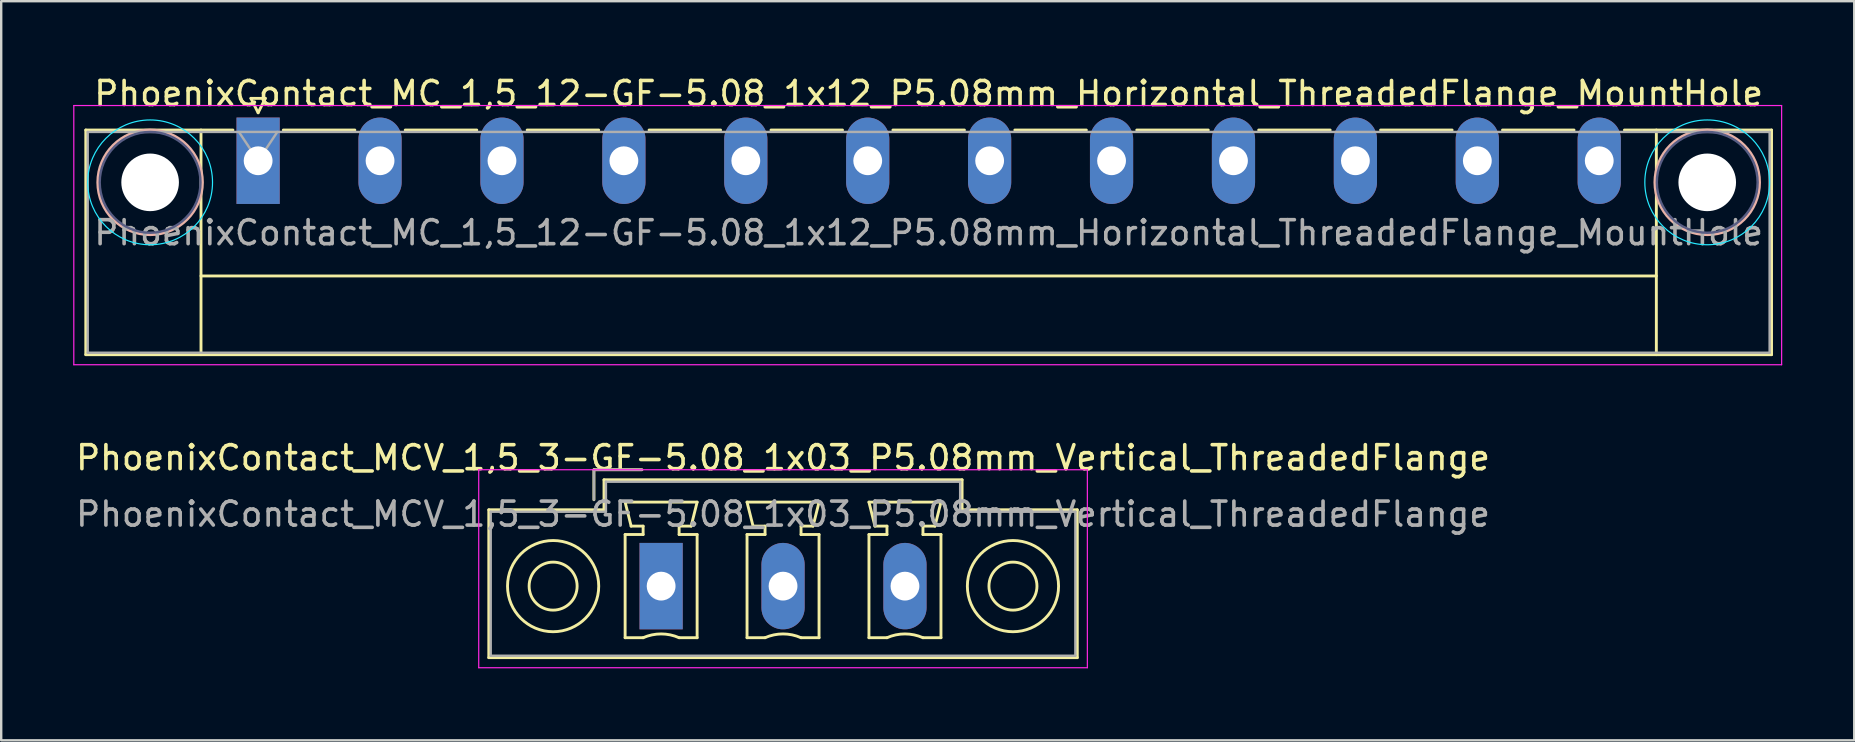
<source format=kicad_pcb>
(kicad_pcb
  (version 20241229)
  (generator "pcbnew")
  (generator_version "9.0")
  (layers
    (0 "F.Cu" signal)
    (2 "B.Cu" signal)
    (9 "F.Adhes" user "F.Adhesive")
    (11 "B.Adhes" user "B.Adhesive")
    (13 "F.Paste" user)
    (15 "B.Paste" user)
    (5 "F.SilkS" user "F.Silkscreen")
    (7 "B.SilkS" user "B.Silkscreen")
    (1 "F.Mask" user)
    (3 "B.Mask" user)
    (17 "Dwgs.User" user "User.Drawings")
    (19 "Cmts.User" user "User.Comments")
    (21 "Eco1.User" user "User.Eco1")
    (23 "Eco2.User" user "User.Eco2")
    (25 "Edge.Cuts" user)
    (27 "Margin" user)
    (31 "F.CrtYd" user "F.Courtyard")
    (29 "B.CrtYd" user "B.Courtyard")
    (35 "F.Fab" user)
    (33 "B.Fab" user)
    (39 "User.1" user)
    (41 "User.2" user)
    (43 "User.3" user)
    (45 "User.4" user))
  (footprint "PhoenixContact_MC_1,5_12-GF-5.08_1x12_P5.08mm_Horizontal_ThreadedFlange_MountHole"
    (layer "F.Cu")
    (at 7.705 3.648)
    (property "Reference" "PhoenixContact_MC_1,5_12-GF-5.08_1x12_P5.08mm_Horizontal_ThreadedFlange_MountHole" (at 27.94 -2.8 0) (layer "F.SilkS") (effects (font (size 1 1) (thickness 0.15))))
    (attr through_hole)
    (fp_line (start -7.18 -1.28) (end -7.18 8.08) (stroke (width 0.12) (type solid)) (layer "F.SilkS"))
    (fp_line (start -7.18 -1.28) (end -1.05 -1.28) (stroke (width 0.12) (type solid)) (layer "F.SilkS"))
    (fp_line (start -7.18 8.08) (end 63.06 8.08) (stroke (width 0.12) (type solid)) (layer "F.SilkS"))
    (fp_line (start -2.38 -1.28) (end -2.38 8.08) (stroke (width 0.12) (type solid)) (layer "F.SilkS"))
    (fp_line (start -2.38 4.8) (end 58.26 4.8) (stroke (width 0.12) (type solid)) (layer "F.SilkS"))
    (fp_line (start -0.3 -2.6) (end 0.3 -2.6) (stroke (width 0.12) (type solid)) (layer "F.SilkS"))
    (fp_line (start 0 -2) (end -0.3 -2.6) (stroke (width 0.12) (type solid)) (layer "F.SilkS"))
    (fp_line (start 0.3 -2.6) (end 0 -2) (stroke (width 0.12) (type solid)) (layer "F.SilkS"))
    (fp_line (start 1.05 -1.28) (end 4.03 -1.28) (stroke (width 0.12) (type solid)) (layer "F.SilkS"))
    (fp_line (start 6.13 -1.28) (end 9.11 -1.28) (stroke (width 0.12) (type solid)) (layer "F.SilkS"))
    (fp_line (start 11.21 -1.28) (end 14.19 -1.28) (stroke (width 0.12) (type solid)) (layer "F.SilkS"))
    (fp_line (start 16.29 -1.28) (end 19.27 -1.28) (stroke (width 0.12) (type solid)) (layer "F.SilkS"))
    (fp_line (start 21.37 -1.28) (end 24.35 -1.28) (stroke (width 0.12) (type solid)) (layer "F.SilkS"))
    (fp_line (start 26.45 -1.28) (end 29.43 -1.28) (stroke (width 0.12) (type solid)) (layer "F.SilkS"))
    (fp_line (start 31.53 -1.28) (end 34.51 -1.28) (stroke (width 0.12) (type solid)) (layer "F.SilkS"))
    (fp_line (start 36.61 -1.28) (end 39.59 -1.28) (stroke (width 0.12) (type solid)) (layer "F.SilkS"))
    (fp_line (start 41.69 -1.28) (end 44.67 -1.28) (stroke (width 0.12) (type solid)) (layer "F.SilkS"))
    (fp_line (start 46.77 -1.28) (end 49.75 -1.28) (stroke (width 0.12) (type solid)) (layer "F.SilkS"))
    (fp_line (start 51.85 -1.28) (end 54.83 -1.28) (stroke (width 0.12) (type solid)) (layer "F.SilkS"))
    (fp_line (start 58.26 -1.28) (end 58.26 8.08) (stroke (width 0.12) (type solid)) (layer "F.SilkS"))
    (fp_line (start 63.06 -1.28) (end 56.93 -1.28) (stroke (width 0.12) (type solid)) (layer "F.SilkS"))
    (fp_line (start 63.06 8.08) (end 63.06 -1.28) (stroke (width 0.12) (type solid)) (layer "F.SilkS"))
    (fp_circle (center -4.5 0.9) (end -2.32 0.9) (stroke (width 0.12) (type solid)) (fill no) (layer "B.SilkS"))
    (fp_circle (center 60.38 0.9) (end 62.56 0.9) (stroke (width 0.12) (type solid)) (fill no) (layer "B.SilkS"))
    (fp_circle (center -4.5 0.9) (end -1.9 0.9) (stroke (width 0.05) (type solid)) (fill no) (layer "B.CrtYd"))
    (fp_circle (center 60.38 0.9) (end 62.98 0.9) (stroke (width 0.05) (type solid)) (fill no) (layer "B.CrtYd"))
    (fp_line (start -7.68 -2.3) (end -7.68 8.5) (stroke (width 0.05) (type solid)) (layer "F.CrtYd"))
    (fp_line (start -7.68 8.5) (end 63.48 8.5) (stroke (width 0.05) (type solid)) (layer "F.CrtYd"))
    (fp_line (start 63.48 -2.3) (end -7.68 -2.3) (stroke (width 0.05) (type solid)) (layer "F.CrtYd"))
    (fp_line (start 63.48 8.5) (end 63.48 -2.3) (stroke (width 0.05) (type solid)) (layer "F.CrtYd"))
    (fp_circle (center -4.5 0.9) (end -2.4 0.9) (stroke (width 0.1) (type solid)) (fill no) (layer "B.Fab"))
    (fp_circle (center 60.38 0.9) (end 62.48 0.9) (stroke (width 0.1) (type solid)) (fill no) (layer "B.Fab"))
    (fp_line (start -7.1 -1.2) (end -7.1 8) (stroke (width 0.1) (type solid)) (layer "F.Fab"))
    (fp_line (start -7.1 8) (end 62.98 8) (stroke (width 0.1) (type solid)) (layer "F.Fab"))
    (fp_line (start 0 0) (end -0.8 -1.2) (stroke (width 0.1) (type solid)) (layer "F.Fab"))
    (fp_line (start 0.8 -1.2) (end 0 0) (stroke (width 0.1) (type solid)) (layer "F.Fab"))
    (fp_line (start 62.98 -1.2) (end -7.1 -1.2) (stroke (width 0.1) (type solid)) (layer "F.Fab"))
    (fp_line (start 62.98 8) (end 62.98 -1.2) (stroke (width 0.1) (type solid)) (layer "F.Fab"))
    (fp_text user "${REFERENCE}" (at 27.94 3 0) (layer "F.Fab") (effects (font (size 1 1) (thickness 0.15))))
    (pad "" np_thru_hole circle (at -4.5 0.9) (size 2.4 2.4) (drill 2.4) (layers "*.Cu" "*.Mask"))
    (pad "" np_thru_hole circle (at 60.38 0.9) (size 2.4 2.4) (drill 2.4) (layers "*.Cu" "*.Mask"))
    (pad "1" thru_hole rect (at 0 0) (size 1.8 3.6) (drill 1.2) (layers "*.Cu" "*.Mask"))
    (pad "2" thru_hole oval (at 5.08 0) (size 1.8 3.6) (drill 1.2) (layers "*.Cu" "*.Mask"))
    (pad "3" thru_hole oval (at 10.16 0) (size 1.8 3.6) (drill 1.2) (layers "*.Cu" "*.Mask"))
    (pad "4" thru_hole oval (at 15.24 0) (size 1.8 3.6) (drill 1.2) (layers "*.Cu" "*.Mask"))
    (pad "5" thru_hole oval (at 20.32 0) (size 1.8 3.6) (drill 1.2) (layers "*.Cu" "*.Mask"))
    (pad "6" thru_hole oval (at 25.4 0) (size 1.8 3.6) (drill 1.2) (layers "*.Cu" "*.Mask"))
    (pad "7" thru_hole oval (at 30.48 0) (size 1.8 3.6) (drill 1.2) (layers "*.Cu" "*.Mask"))
    (pad "8" thru_hole oval (at 35.56 0) (size 1.8 3.6) (drill 1.2) (layers "*.Cu" "*.Mask"))
    (pad "9" thru_hole oval (at 40.64 0) (size 1.8 3.6) (drill 1.2) (layers "*.Cu" "*.Mask"))
    (pad "10" thru_hole oval (at 45.72 0) (size 1.8 3.6) (drill 1.2) (layers "*.Cu" "*.Mask"))
    (pad "11" thru_hole oval (at 50.8 0) (size 1.8 3.6) (drill 1.2) (layers "*.Cu" "*.Mask"))
    (pad "12" thru_hole oval (at 55.88 0) (size 1.8 3.6) (drill 1.2) (layers "*.Cu" "*.Mask")))
  (footprint "PhoenixContact_MCV_1,5_3-GF-5.08_1x03_P5.08mm_Vertical_ThreadedFlange"
    (layer "F.Cu")
    (at 24.497 21.372)
    (property "Reference" "PhoenixContact_MCV_1,5_3-GF-5.08_1x03_P5.08mm_Vertical_ThreadedFlange" (at 5.08 -5.35 0) (layer "F.SilkS") (effects (font (size 1 1) (thickness 0.15))))
    (attr through_hole)
    (fp_line (start -7.18 -3.18) (end -7.18 2.98) (stroke (width 0.12) (type solid)) (layer "F.SilkS"))
    (fp_line (start -7.18 2.98) (end 17.34 2.98) (stroke (width 0.12) (type solid)) (layer "F.SilkS"))
    (fp_line (start -2.8 -4.85) (end -0.8 -4.85) (stroke (width 0.12) (type solid)) (layer "F.SilkS"))
    (fp_line (start -2.8 -3.6) (end -2.8 -4.85) (stroke (width 0.12) (type solid)) (layer "F.SilkS"))
    (fp_line (start -2.38 -4.43) (end -2.38 -3.18) (stroke (width 0.12) (type solid)) (layer "F.SilkS"))
    (fp_line (start -2.38 -3.18) (end -7.18 -3.18) (stroke (width 0.12) (type solid)) (layer "F.SilkS"))
    (fp_line (start -1.5 -3.5) (end 1.5 -3.5) (stroke (width 0.12) (type solid)) (layer "F.SilkS"))
    (fp_line (start -1.5 -2.15) (end -0.75 -2.15) (stroke (width 0.12) (type solid)) (layer "F.SilkS"))
    (fp_line (start -1.5 2.15) (end -1.5 -2.15) (stroke (width 0.12) (type solid)) (layer "F.SilkS"))
    (fp_line (start -1.25 -2.5) (end -1.5 -3.5) (stroke (width 0.12) (type solid)) (layer "F.SilkS"))
    (fp_line (start -0.75 -2.5) (end -1.25 -2.5) (stroke (width 0.12) (type solid)) (layer "F.SilkS"))
    (fp_line (start -0.75 -2.15) (end -0.75 -2.5) (stroke (width 0.12) (type solid)) (layer "F.SilkS"))
    (fp_line (start -0.75 2.15) (end -1.5 2.15) (stroke (width 0.12) (type solid)) (layer "F.SilkS"))
    (fp_line (start 0.75 -2.5) (end 0.75 -2.15) (stroke (width 0.12) (type solid)) (layer "F.SilkS"))
    (fp_line (start 0.75 -2.15) (end 1.5 -2.15) (stroke (width 0.12) (type solid)) (layer "F.SilkS"))
    (fp_line (start 1.25 -2.5) (end 0.75 -2.5) (stroke (width 0.12) (type solid)) (layer "F.SilkS"))
    (fp_line (start 1.5 -3.5) (end 1.25 -2.5) (stroke (width 0.12) (type solid)) (layer "F.SilkS"))
    (fp_line (start 1.5 -2.15) (end 1.5 2.15) (stroke (width 0.12) (type solid)) (layer "F.SilkS"))
    (fp_line (start 1.5 2.15) (end 0.75 2.15) (stroke (width 0.12) (type solid)) (layer "F.SilkS"))
    (fp_line (start 3.58 -3.5) (end 6.58 -3.5) (stroke (width 0.12) (type solid)) (layer "F.SilkS"))
    (fp_line (start 3.58 -2.15) (end 4.33 -2.15) (stroke (width 0.12) (type solid)) (layer "F.SilkS"))
    (fp_line (start 3.58 2.15) (end 3.58 -2.15) (stroke (width 0.12) (type solid)) (layer "F.SilkS"))
    (fp_line (start 3.83 -2.5) (end 3.58 -3.5) (stroke (width 0.12) (type solid)) (layer "F.SilkS"))
    (fp_line (start 4.33 -2.5) (end 3.83 -2.5) (stroke (width 0.12) (type solid)) (layer "F.SilkS"))
    (fp_line (start 4.33 -2.15) (end 4.33 -2.5) (stroke (width 0.12) (type solid)) (layer "F.SilkS"))
    (fp_line (start 4.33 2.15) (end 3.58 2.15) (stroke (width 0.12) (type solid)) (layer "F.SilkS"))
    (fp_line (start 5.83 -2.5) (end 5.83 -2.15) (stroke (width 0.12) (type solid)) (layer "F.SilkS"))
    (fp_line (start 5.83 -2.15) (end 6.58 -2.15) (stroke (width 0.12) (type solid)) (layer "F.SilkS"))
    (fp_line (start 6.33 -2.5) (end 5.83 -2.5) (stroke (width 0.12) (type solid)) (layer "F.SilkS"))
    (fp_line (start 6.58 -3.5) (end 6.33 -2.5) (stroke (width 0.12) (type solid)) (layer "F.SilkS"))
    (fp_line (start 6.58 -2.15) (end 6.58 2.15) (stroke (width 0.12) (type solid)) (layer "F.SilkS"))
    (fp_line (start 6.58 2.15) (end 5.83 2.15) (stroke (width 0.12) (type solid)) (layer "F.SilkS"))
    (fp_line (start 8.66 -3.5) (end 11.66 -3.5) (stroke (width 0.12) (type solid)) (layer "F.SilkS"))
    (fp_line (start 8.66 -2.15) (end 9.41 -2.15) (stroke (width 0.12) (type solid)) (layer "F.SilkS"))
    (fp_line (start 8.66 2.15) (end 8.66 -2.15) (stroke (width 0.12) (type solid)) (layer "F.SilkS"))
    (fp_line (start 8.91 -2.5) (end 8.66 -3.5) (stroke (width 0.12) (type solid)) (layer "F.SilkS"))
    (fp_line (start 9.41 -2.5) (end 8.91 -2.5) (stroke (width 0.12) (type solid)) (layer "F.SilkS"))
    (fp_line (start 9.41 -2.15) (end 9.41 -2.5) (stroke (width 0.12) (type solid)) (layer "F.SilkS"))
    (fp_line (start 9.41 2.15) (end 8.66 2.15) (stroke (width 0.12) (type solid)) (layer "F.SilkS"))
    (fp_line (start 10.91 -2.5) (end 10.91 -2.15) (stroke (width 0.12) (type solid)) (layer "F.SilkS"))
    (fp_line (start 10.91 -2.15) (end 11.66 -2.15) (stroke (width 0.12) (type solid)) (layer "F.SilkS"))
    (fp_line (start 11.41 -2.5) (end 10.91 -2.5) (stroke (width 0.12) (type solid)) (layer "F.SilkS"))
    (fp_line (start 11.66 -3.5) (end 11.41 -2.5) (stroke (width 0.12) (type solid)) (layer "F.SilkS"))
    (fp_line (start 11.66 -2.15) (end 11.66 2.15) (stroke (width 0.12) (type solid)) (layer "F.SilkS"))
    (fp_line (start 11.66 2.15) (end 10.91 2.15) (stroke (width 0.12) (type solid)) (layer "F.SilkS"))
    (fp_line (start 12.54 -4.43) (end -2.38 -4.43) (stroke (width 0.12) (type solid)) (layer "F.SilkS"))
    (fp_line (start 12.54 -3.18) (end 12.54 -4.43) (stroke (width 0.12) (type solid)) (layer "F.SilkS"))
    (fp_line (start 17.34 -3.18) (end 12.54 -3.18) (stroke (width 0.12) (type solid)) (layer "F.SilkS"))
    (fp_line (start 17.34 2.98) (end 17.34 -3.18) (stroke (width 0.12) (type solid)) (layer "F.SilkS"))
    (fp_arc (start -0.75 2.15) (mid -0.000193 1.99191) (end 0.749647 2.149844) (stroke (width 0.12) (type solid)) (layer "F.SilkS"))
    (fp_arc (start 4.33 2.15) (mid 5.079807 1.99191) (end 5.829647 2.149844) (stroke (width 0.12) (type solid)) (layer "F.SilkS"))
    (fp_arc (start 9.41 2.15) (mid 10.159807 1.99191) (end 10.909647 2.149844) (stroke (width 0.12) (type solid)) (layer "F.SilkS"))
    (fp_circle (center -4.5 0) (end -3.5 0) (stroke (width 0.12) (type solid)) (fill no) (layer "F.SilkS"))
    (fp_circle (center -4.5 0) (end -2.6 0) (stroke (width 0.12) (type solid)) (fill no) (layer "F.SilkS"))
    (fp_circle (center 14.66 0) (end 15.66 0) (stroke (width 0.12) (type solid)) (fill no) (layer "F.SilkS"))
    (fp_circle (center 14.66 0) (end 16.56 0) (stroke (width 0.12) (type solid)) (fill no) (layer "F.SilkS"))
    (fp_line (start -7.6 -4.85) (end -7.6 3.4) (stroke (width 0.05) (type solid)) (layer "F.CrtYd"))
    (fp_line (start -7.6 3.4) (end 17.76 3.4) (stroke (width 0.05) (type solid)) (layer "F.CrtYd"))
    (fp_line (start 17.76 -4.85) (end -7.6 -4.85) (stroke (width 0.05) (type solid)) (layer "F.CrtYd"))
    (fp_line (start 17.76 3.4) (end 17.76 -4.85) (stroke (width 0.05) (type solid)) (layer "F.CrtYd"))
    (fp_line (start -7.1 -3.1) (end -7.1 2.9) (stroke (width 0.1) (type solid)) (layer "F.Fab"))
    (fp_line (start -7.1 2.9) (end 17.26 2.9) (stroke (width 0.1) (type solid)) (layer "F.Fab"))
    (fp_line (start -2.8 -4.85) (end -0.8 -4.85) (stroke (width 0.1) (type solid)) (layer "F.Fab"))
    (fp_line (start -2.8 -3.6) (end -2.8 -4.85) (stroke (width 0.1) (type solid)) (layer "F.Fab"))
    (fp_line (start -2.3 -4.35) (end -2.3 -3.1) (stroke (width 0.1) (type solid)) (layer "F.Fab"))
    (fp_line (start -2.3 -3.1) (end -7.1 -3.1) (stroke (width 0.1) (type solid)) (layer "F.Fab"))
    (fp_line (start 12.46 -4.35) (end -2.3 -4.35) (stroke (width 0.1) (type solid)) (layer "F.Fab"))
    (fp_line (start 12.46 -3.1) (end 12.46 -4.35) (stroke (width 0.1) (type solid)) (layer "F.Fab"))
    (fp_line (start 17.26 -3.1) (end 12.46 -3.1) (stroke (width 0.1) (type solid)) (layer "F.Fab"))
    (fp_line (start 17.26 2.9) (end 17.26 -3.1) (stroke (width 0.1) (type solid)) (layer "F.Fab"))
    (fp_text user "${REFERENCE}" (at 5.08 -3 0) (layer "F.Fab") (effects (font (size 1 1) (thickness 0.15))))
    (pad "1" thru_hole rect (at 0 0) (size 1.8 3.6) (drill 1.2) (layers "*.Cu" "*.Mask"))
    (pad "2" thru_hole oval (at 5.08 0) (size 1.8 3.6) (drill 1.2) (layers "*.Cu" "*.Mask"))
    (pad "3" thru_hole oval (at 10.16 0) (size 1.8 3.6) (drill 1.2) (layers "*.Cu" "*.Mask")))
  (gr_rect
    (start -3 -3)
    (end 74.21 27.797)
    (stroke (width 0.1) (type default))
    (fill no)
    (layer "Edge.Cuts")))
</source>
